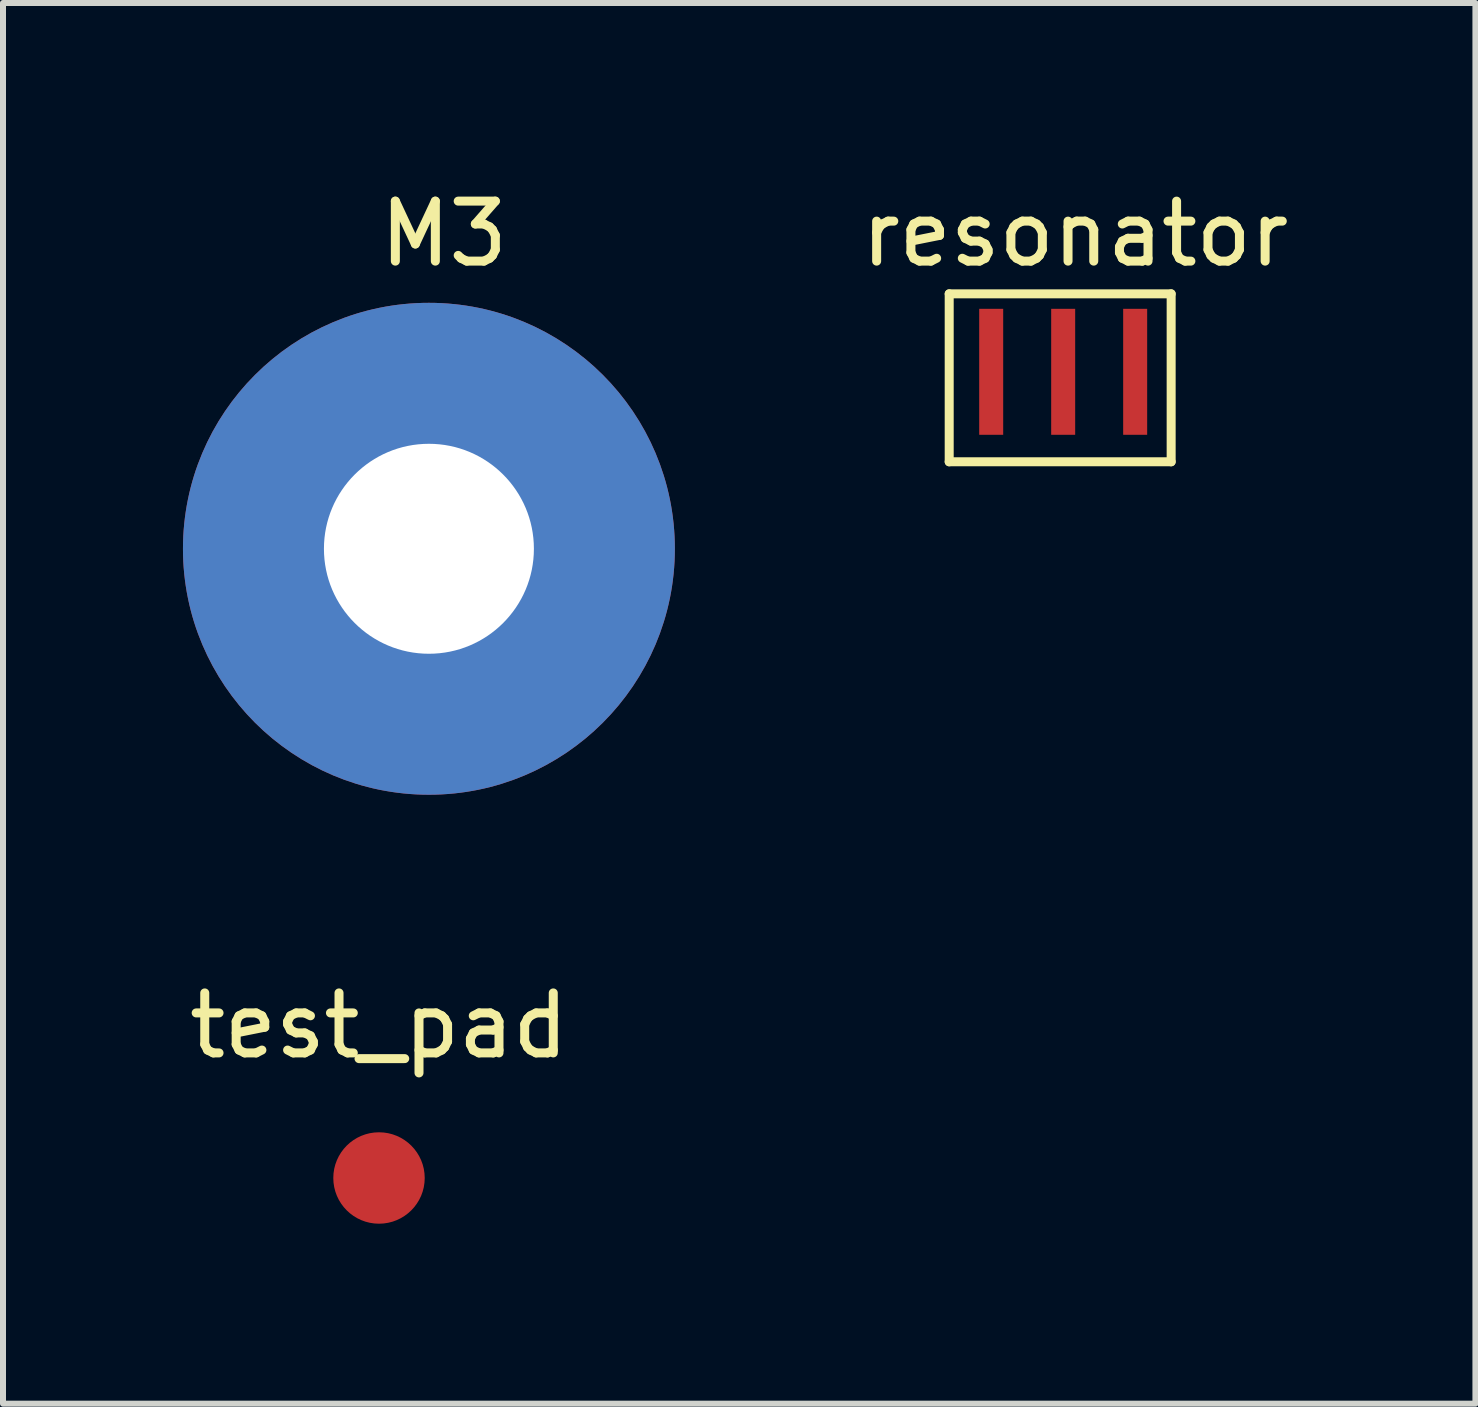
<source format=kicad_pcb>
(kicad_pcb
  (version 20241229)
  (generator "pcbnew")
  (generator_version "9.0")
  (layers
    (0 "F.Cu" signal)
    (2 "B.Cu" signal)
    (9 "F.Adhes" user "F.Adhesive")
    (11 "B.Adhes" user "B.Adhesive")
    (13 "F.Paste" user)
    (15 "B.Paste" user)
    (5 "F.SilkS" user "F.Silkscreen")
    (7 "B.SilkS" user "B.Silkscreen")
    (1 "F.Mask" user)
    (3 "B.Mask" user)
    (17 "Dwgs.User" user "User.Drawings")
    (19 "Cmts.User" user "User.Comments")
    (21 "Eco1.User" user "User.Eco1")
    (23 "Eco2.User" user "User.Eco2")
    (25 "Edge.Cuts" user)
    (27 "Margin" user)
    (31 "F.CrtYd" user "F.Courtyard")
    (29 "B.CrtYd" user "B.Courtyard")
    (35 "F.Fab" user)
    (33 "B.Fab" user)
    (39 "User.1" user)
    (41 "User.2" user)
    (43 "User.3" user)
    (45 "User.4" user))
  (footprint "M3"
    (layer "F.Cu")
    (at 4.1 6.098)
    (property "Reference" "M3" (at 0.25 -5.25 0) (layer "F.SilkS") (effects (font (size 1 1) (thickness 0.15))))
    (attr through_hole)
    (pad "1" thru_hole circle (at 0 0) (size 8.2 8.2) (drill 3.5) (layers "*.Cu" "*.Mask")))
  (footprint "test_pad"
    (layer "F.Cu")
    (at 3.268 16.587)
    (property "Reference" "test_pad" (at 0 -2.54 0) (layer "F.SilkS") (effects (font (size 1 1) (thickness 0.15))))
    (attr through_hole)
    (pad "1" smd circle (at 0 0) (size 1.524 1.524) (layers "F.Cu" "F.Mask" "F.Paste")))
  (footprint "resonator"
    (layer "F.Cu")
    (at 14.673 3.148)
    (property "Reference" "resonator" (at 0.2 -2.3 0) (layer "F.SilkS") (effects (font (size 1 1) (thickness 0.15))))
    (attr through_hole)
    (fp_line (start -1.9 -1.3) (end 1.8 -1.3) (stroke (width 0.15) (type solid)) (layer "F.SilkS"))
    (fp_line (start -1.9 1.5) (end -1.9 -1.3) (stroke (width 0.15) (type solid)) (layer "F.SilkS"))
    (fp_line (start 1.8 -1.3) (end 1.8 1.5) (stroke (width 0.15) (type solid)) (layer "F.SilkS"))
    (fp_line (start 1.8 1.5) (end -1.9 1.5) (stroke (width 0.15) (type solid)) (layer "F.SilkS"))
    (pad "1" smd rect (at -1.2 0) (size 0.4 2.1) (layers "F.Cu" "F.Mask" "F.Paste"))
    (pad "2" smd rect (at 0 0) (size 0.4 2.1) (layers "F.Cu" "F.Mask" "F.Paste"))
    (pad "3" smd rect (at 1.2 0) (size 0.4 2.1) (layers "F.Cu" "F.Mask" "F.Paste")))
  (gr_rect
    (start -3 -3)
    (end 21.545 20.349)
    (stroke (width 0.1) (type default))
    (fill no)
    (layer "Edge.Cuts")))
</source>
